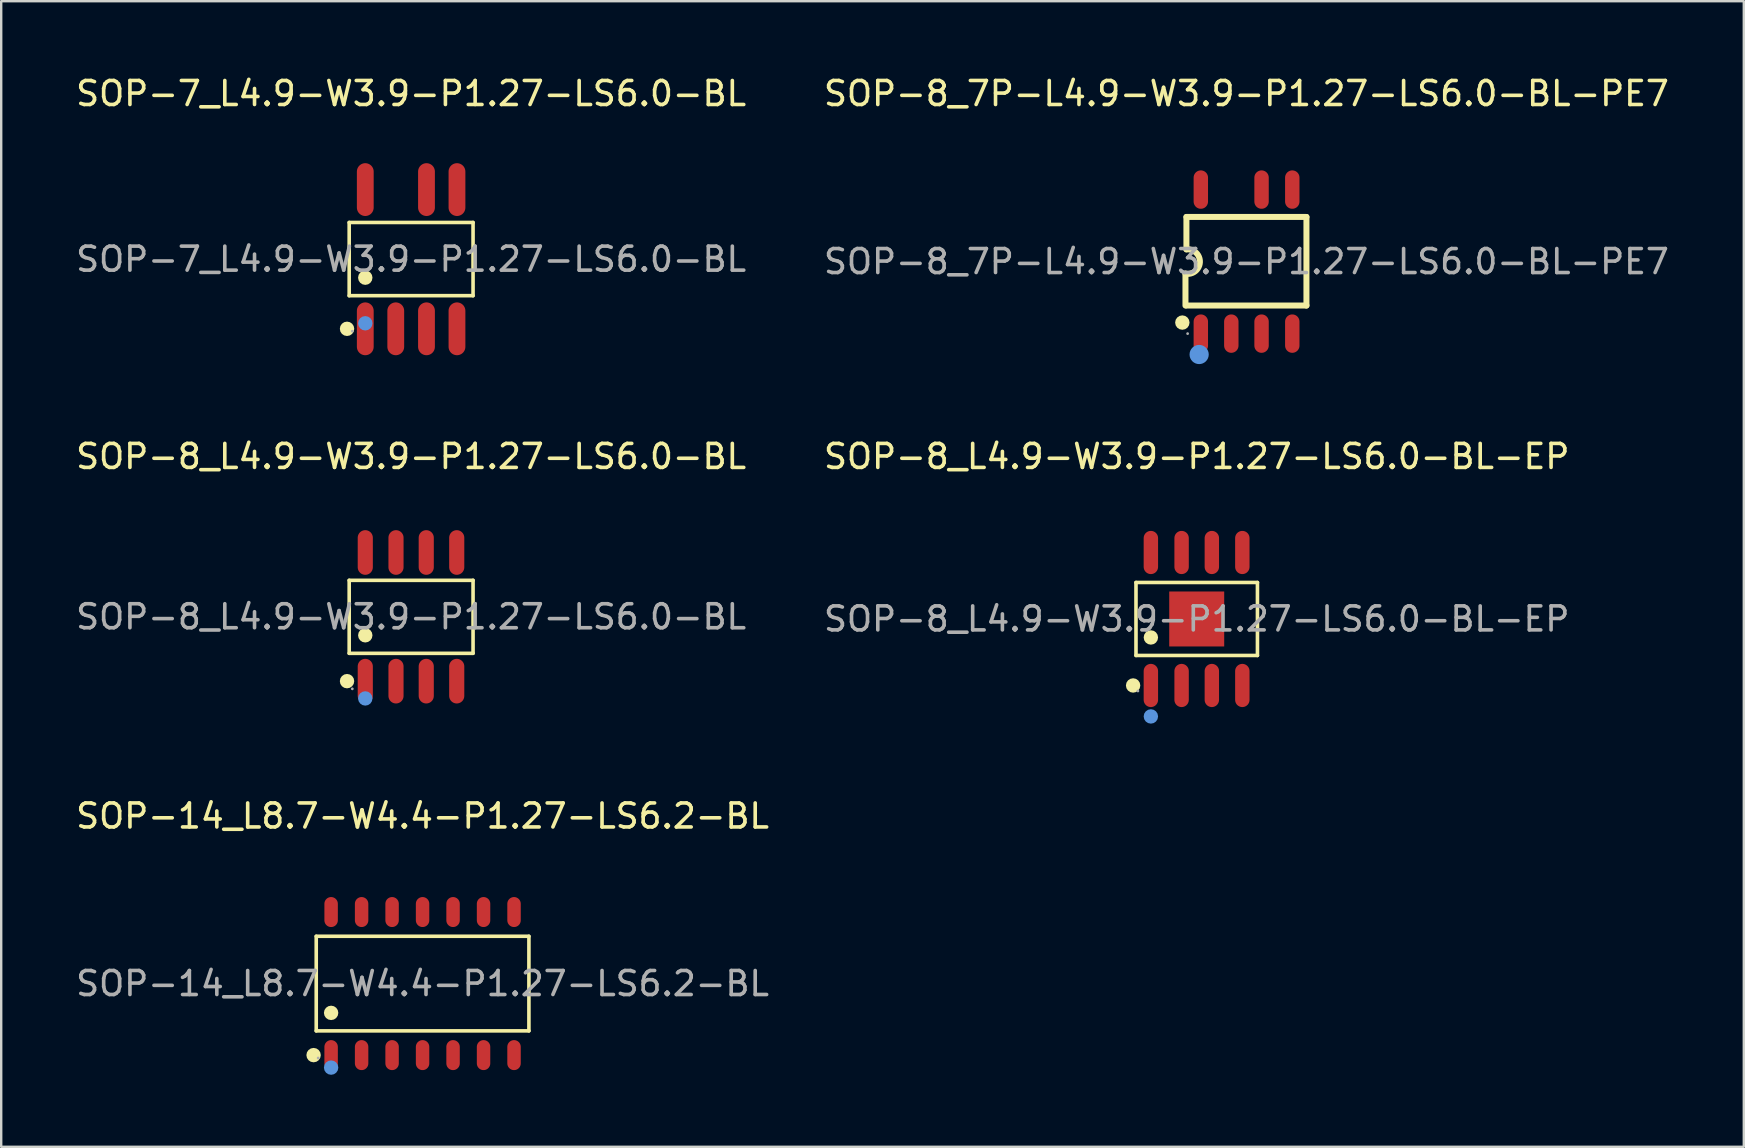
<source format=kicad_pcb>
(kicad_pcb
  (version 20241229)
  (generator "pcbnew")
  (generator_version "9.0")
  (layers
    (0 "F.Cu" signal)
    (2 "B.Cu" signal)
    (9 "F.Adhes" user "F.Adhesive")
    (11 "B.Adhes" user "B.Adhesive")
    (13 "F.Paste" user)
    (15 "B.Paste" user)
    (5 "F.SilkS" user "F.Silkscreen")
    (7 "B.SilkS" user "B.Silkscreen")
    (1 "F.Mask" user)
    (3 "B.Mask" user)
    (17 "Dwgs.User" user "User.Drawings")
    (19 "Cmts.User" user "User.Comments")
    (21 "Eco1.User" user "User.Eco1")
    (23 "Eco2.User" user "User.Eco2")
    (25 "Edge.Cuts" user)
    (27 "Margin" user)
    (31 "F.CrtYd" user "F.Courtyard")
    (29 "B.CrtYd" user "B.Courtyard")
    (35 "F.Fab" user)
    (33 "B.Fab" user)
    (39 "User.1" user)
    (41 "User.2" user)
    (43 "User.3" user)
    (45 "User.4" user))
  (footprint "SOP-8_7P-L4.9-W3.9-P1.27-LS6.0-BL-PE7"
    (layer "F.Cu")
    (at 48.875 7.848)
    (property "Reference" "SOP-8_7P-L4.9-W3.9-P1.27-LS6.0-BL-PE7" (at 0 -7 0) (layer "F.SilkS") (effects (font (size 1 1) (thickness 0.15))))
    (attr through_hole)
    (fp_line (start -2.54 0.5) (end -2.54 1.83) (stroke (width 0.25) (type solid)) (layer "F.SilkS"))
    (fp_line (start -2.5 -1.86) (end -2.5 -0.51) (stroke (width 0.25) (type solid)) (layer "F.SilkS"))
    (fp_line (start -2.5 -1.86) (end 2.5 -1.86) (stroke (width 0.25) (type solid)) (layer "F.SilkS"))
    (fp_line (start -2.5 1.83) (end 2.5 1.83) (stroke (width 0.25) (type solid)) (layer "F.SilkS"))
    (fp_line (start 2.5 -1.86) (end 2.5 1.83) (stroke (width 0.25) (type solid)) (layer "F.SilkS"))
    (fp_arc (start -2.5 -0.51) (mid -1.937901 0.018829) (end -2.537317 0.504951) (stroke (width 0.25) (type solid)) (layer "F.SilkS"))
    (fp_circle (center -2.67 2.54) (end -2.52 2.54) (stroke (width 0.3) (type solid)) (fill no) (layer "F.SilkS"))
    (fp_circle (center -1.97 3.87) (end -1.77 3.87) (stroke (width 0.4) (type solid)) (fill no) (layer "Cmts.User"))
    (fp_circle (center -2.45 3) (end -2.42 3) (stroke (width 0.06) (type solid)) (fill no) (layer "F.Fab"))
    (fp_text user "${REFERENCE}" (at 0 0 0) (layer "F.Fab") (effects (font (size 1 1) (thickness 0.15))))
    (pad "1" smd oval (at -1.9 3 180) (size 0.6 1.6) (layers "F.Cu" "F.Mask" "F.Paste"))
    (pad "2" smd oval (at -0.63 3 180) (size 0.6 1.6) (layers "F.Cu" "F.Mask" "F.Paste"))
    (pad "3" smd oval (at 0.63 3 180) (size 0.6 1.6) (layers "F.Cu" "F.Mask" "F.Paste"))
    (pad "4" smd oval (at 1.91 3 180) (size 0.6 1.6) (layers "F.Cu" "F.Mask" "F.Paste"))
    (pad "5" smd oval (at 1.91 -3 180) (size 0.6 1.6) (layers "F.Cu" "F.Mask" "F.Paste"))
    (pad "6" smd oval (at 0.63 -3 180) (size 0.6 1.6) (layers "F.Cu" "F.Mask" "F.Paste"))
    (pad "7" smd oval (at -1.9 -3 180) (size 0.6 1.6) (layers "F.Cu" "F.Mask" "F.Paste")))
  (footprint "SOP-14_L8.7-W4.4-P1.27-LS6.2-BL"
    (layer "F.Cu")
    (at 14.554 37.925)
    (property "Reference" "SOP-14_L8.7-W4.4-P1.27-LS6.2-BL" (at 0 -6.98 0) (layer "F.SilkS") (effects (font (size 1 1) (thickness 0.15))))
    (attr through_hole)
    (fp_line (start -4.43 -1.97) (end 4.43 -1.97) (stroke (width 0.15) (type solid)) (layer "F.SilkS"))
    (fp_line (start -4.43 1.97) (end -4.43 -1.97) (stroke (width 0.15) (type solid)) (layer "F.SilkS"))
    (fp_line (start 4.43 -1.97) (end 4.43 1.97) (stroke (width 0.15) (type solid)) (layer "F.SilkS"))
    (fp_line (start 4.43 1.97) (end -4.43 1.97) (stroke (width 0.15) (type solid)) (layer "F.SilkS"))
    (fp_circle (center -4.54 2.98) (end -4.39 2.98) (stroke (width 0.3) (type solid)) (fill no) (layer "F.SilkS"))
    (fp_circle (center -3.81 1.22) (end -3.66 1.22) (stroke (width 0.3) (type solid)) (fill no) (layer "F.SilkS"))
    (fp_circle (center -3.81 3.5) (end -3.66 3.5) (stroke (width 0.3) (type solid)) (fill no) (layer "Cmts.User"))
    (fp_circle (center -4.35 3.1) (end -4.32 3.1) (stroke (width 0.06) (type solid)) (fill no) (layer "F.Fab"))
    (fp_text user "${REFERENCE}" (at 0 0 0) (layer "F.Fab") (effects (font (size 1 1) (thickness 0.15))))
    (pad "1" smd oval (at -3.81 2.98) (size 0.56 1.25) (layers "F.Cu" "F.Mask" "F.Paste"))
    (pad "2" smd oval (at -2.54 2.98) (size 0.56 1.25) (layers "F.Cu" "F.Mask" "F.Paste"))
    (pad "3" smd oval (at -1.27 2.98) (size 0.56 1.25) (layers "F.Cu" "F.Mask" "F.Paste"))
    (pad "4" smd oval (at 0 2.98) (size 0.56 1.25) (layers "F.Cu" "F.Mask" "F.Paste"))
    (pad "5" smd oval (at 1.27 2.98) (size 0.56 1.25) (layers "F.Cu" "F.Mask" "F.Paste"))
    (pad "6" smd oval (at 2.54 2.98) (size 0.56 1.25) (layers "F.Cu" "F.Mask" "F.Paste"))
    (pad "7" smd oval (at 3.81 2.98) (size 0.56 1.25) (layers "F.Cu" "F.Mask" "F.Paste"))
    (pad "8" smd oval (at 3.81 -2.98) (size 0.56 1.25) (layers "F.Cu" "F.Mask" "F.Paste"))
    (pad "9" smd oval (at 2.54 -2.98) (size 0.56 1.25) (layers "F.Cu" "F.Mask" "F.Paste"))
    (pad "10" smd oval (at 1.27 -2.98) (size 0.56 1.25) (layers "F.Cu" "F.Mask" "F.Paste"))
    (pad "11" smd oval (at 0 -2.98) (size 0.56 1.25) (layers "F.Cu" "F.Mask" "F.Paste"))
    (pad "12" smd oval (at -1.27 -2.98) (size 0.56 1.25) (layers "F.Cu" "F.Mask" "F.Paste"))
    (pad "13" smd oval (at -2.54 -2.98) (size 0.56 1.25) (layers "F.Cu" "F.Mask" "F.Paste"))
    (pad "14" smd oval (at -3.81 -2.98) (size 0.56 1.25) (layers "F.Cu" "F.Mask" "F.Paste")))
  (footprint "SOP-8_L4.9-W3.9-P1.27-LS6.0-BL-EP"
    (layer "F.Cu")
    (at 46.804 22.736)
    (property "Reference" "SOP-8_L4.9-W3.9-P1.27-LS6.0-BL-EP" (at 0 -6.77 0) (layer "F.SilkS") (effects (font (size 1 1) (thickness 0.15))))
    (attr through_hole)
    (fp_line (start -2.53 -1.52) (end 2.53 -1.52) (stroke (width 0.15) (type solid)) (layer "F.SilkS"))
    (fp_line (start -2.53 1.52) (end -2.53 -1.52) (stroke (width 0.15) (type solid)) (layer "F.SilkS"))
    (fp_line (start 2.53 -1.52) (end 2.53 1.52) (stroke (width 0.15) (type solid)) (layer "F.SilkS"))
    (fp_line (start 2.53 1.52) (end -2.53 1.52) (stroke (width 0.15) (type solid)) (layer "F.SilkS"))
    (fp_circle (center -2.65 2.77) (end -2.5 2.77) (stroke (width 0.3) (type solid)) (fill no) (layer "F.SilkS"))
    (fp_circle (center -1.91 0.77) (end -1.76 0.77) (stroke (width 0.3) (type solid)) (fill no) (layer "F.SilkS"))
    (fp_circle (center -1.91 4.06) (end -1.76 4.06) (stroke (width 0.3) (type solid)) (fill no) (layer "Cmts.User"))
    (fp_circle (center -2.45 3) (end -2.42 3) (stroke (width 0.06) (type solid)) (fill no) (layer "F.Fab"))
    (fp_text user "${REFERENCE}" (at 0 0 0) (layer "F.Fab") (effects (font (size 1 1) (thickness 0.15))))
    (pad "1" smd oval (at -1.91 2.77) (size 0.6 1.8) (layers "F.Cu" "F.Mask" "F.Paste"))
    (pad "2" smd oval (at -0.63 2.77) (size 0.6 1.8) (layers "F.Cu" "F.Mask" "F.Paste"))
    (pad "3" smd oval (at 0.63 2.77) (size 0.6 1.8) (layers "F.Cu" "F.Mask" "F.Paste"))
    (pad "4" smd oval (at 1.9 2.77) (size 0.6 1.8) (layers "F.Cu" "F.Mask" "F.Paste"))
    (pad "5" smd oval (at 1.9 -2.77) (size 0.6 1.8) (layers "F.Cu" "F.Mask" "F.Paste"))
    (pad "6" smd oval (at 0.63 -2.77) (size 0.6 1.8) (layers "F.Cu" "F.Mask" "F.Paste"))
    (pad "7" smd oval (at -0.63 -2.77) (size 0.6 1.8) (layers "F.Cu" "F.Mask" "F.Paste"))
    (pad "8" smd oval (at -1.91 -2.77) (size 0.6 1.8) (layers "F.Cu" "F.Mask" "F.Paste"))
    (pad "9" smd rect (at 0 0) (size 2.29 2.29) (layers "F.Cu" "F.Mask" "F.Paste")))
  (footprint "SOP-7_L4.9-W3.9-P1.27-LS6.0-BL"
    (layer "F.Cu")
    (at 14.077 7.748)
    (property "Reference" "SOP-7_L4.9-W3.9-P1.27-LS6.0-BL" (at 0 -6.9 0) (layer "F.SilkS") (effects (font (size 1 1) (thickness 0.15))))
    (attr through_hole)
    (fp_line (start -2.58 -1.53) (end 2.58 -1.53) (stroke (width 0.15) (type solid)) (layer "F.SilkS"))
    (fp_line (start -2.58 1.52) (end -2.58 -1.53) (stroke (width 0.15) (type solid)) (layer "F.SilkS"))
    (fp_line (start 2.58 -1.53) (end 2.58 1.52) (stroke (width 0.15) (type solid)) (layer "F.SilkS"))
    (fp_line (start 2.58 1.52) (end -2.58 1.52) (stroke (width 0.15) (type solid)) (layer "F.SilkS"))
    (fp_circle (center -2.67 2.9) (end -2.52 2.9) (stroke (width 0.3) (type solid)) (fill no) (layer "F.SilkS"))
    (fp_circle (center -1.91 0.77) (end -1.76 0.77) (stroke (width 0.3) (type solid)) (fill no) (layer "F.SilkS"))
    (fp_circle (center -1.91 2.67) (end -1.76 2.67) (stroke (width 0.3) (type solid)) (fill no) (layer "Cmts.User"))
    (fp_circle (center -2.45 3) (end -2.42 3) (stroke (width 0.06) (type solid)) (fill no) (layer "F.Fab"))
    (fp_text user "${REFERENCE}" (at 0 0 0) (layer "F.Fab") (effects (font (size 1 1) (thickness 0.15))))
    (pad "1" smd oval (at -1.91 2.9 180) (size 0.7 2.2) (layers "F.Cu" "F.Mask" "F.Paste"))
    (pad "2" smd oval (at -0.64 2.9 180) (size 0.7 2.2) (layers "F.Cu" "F.Mask" "F.Paste"))
    (pad "3" smd oval (at 0.64 2.9 180) (size 0.7 2.2) (layers "F.Cu" "F.Mask" "F.Paste"))
    (pad "4" smd oval (at 1.91 2.9 180) (size 0.7 2.2) (layers "F.Cu" "F.Mask" "F.Paste"))
    (pad "5" smd oval (at 1.91 -2.9 180) (size 0.7 2.2) (layers "F.Cu" "F.Mask" "F.Paste"))
    (pad "6" smd oval (at 0.64 -2.9 180) (size 0.7 2.2) (layers "F.Cu" "F.Mask" "F.Paste"))
    (pad "7" smd oval (at -1.91 -2.9 180) (size 0.7 2.2) (layers "F.Cu" "F.Mask" "F.Paste")))
  (footprint "SOP-8_L4.9-W3.9-P1.27-LS6.0-BL"
    (layer "F.Cu")
    (at 14.077 22.646)
    (property "Reference" "SOP-8_L4.9-W3.9-P1.27-LS6.0-BL" (at 0 -6.68 0) (layer "F.SilkS") (effects (font (size 1 1) (thickness 0.15))))
    (attr through_hole)
    (fp_line (start -2.58 -1.52) (end 2.58 -1.52) (stroke (width 0.15) (type solid)) (layer "F.SilkS"))
    (fp_line (start -2.58 1.52) (end -2.58 -1.52) (stroke (width 0.15) (type solid)) (layer "F.SilkS"))
    (fp_line (start 2.58 -1.52) (end 2.58 1.52) (stroke (width 0.15) (type solid)) (layer "F.SilkS"))
    (fp_line (start 2.58 1.52) (end -2.58 1.52) (stroke (width 0.15) (type solid)) (layer "F.SilkS"))
    (fp_circle (center -2.67 2.68) (end -2.52 2.68) (stroke (width 0.3) (type solid)) (fill no) (layer "F.SilkS"))
    (fp_circle (center -1.91 0.77) (end -1.76 0.77) (stroke (width 0.3) (type solid)) (fill no) (layer "F.SilkS"))
    (fp_circle (center -1.91 3.4) (end -1.76 3.4) (stroke (width 0.3) (type solid)) (fill no) (layer "Cmts.User"))
    (fp_circle (center -2.45 3) (end -2.42 3) (stroke (width 0.06) (type solid)) (fill no) (layer "F.Fab"))
    (fp_text user "${REFERENCE}" (at 0 0 0) (layer "F.Fab") (effects (font (size 1 1) (thickness 0.15))))
    (pad "1" smd oval (at -1.91 2.68) (size 0.63 1.86) (layers "F.Cu" "F.Mask" "F.Paste"))
    (pad "2" smd oval (at -0.63 2.68) (size 0.63 1.86) (layers "F.Cu" "F.Mask" "F.Paste"))
    (pad "3" smd oval (at 0.63 2.68) (size 0.63 1.86) (layers "F.Cu" "F.Mask" "F.Paste"))
    (pad "4" smd oval (at 1.9 2.68) (size 0.63 1.86) (layers "F.Cu" "F.Mask" "F.Paste"))
    (pad "5" smd oval (at 1.9 -2.68) (size 0.63 1.86) (layers "F.Cu" "F.Mask" "F.Paste"))
    (pad "6" smd oval (at 0.63 -2.68) (size 0.63 1.86) (layers "F.Cu" "F.Mask" "F.Paste"))
    (pad "7" smd oval (at -0.63 -2.68) (size 0.63 1.86) (layers "F.Cu" "F.Mask" "F.Paste"))
    (pad "8" smd oval (at -1.91 -2.68) (size 0.63 1.86) (layers "F.Cu" "F.Mask" "F.Paste")))
  (gr_rect
    (start -3 -3)
    (end 69.595 44.725)
    (stroke (width 0.1) (type default))
    (fill no)
    (layer "Edge.Cuts")))
</source>
